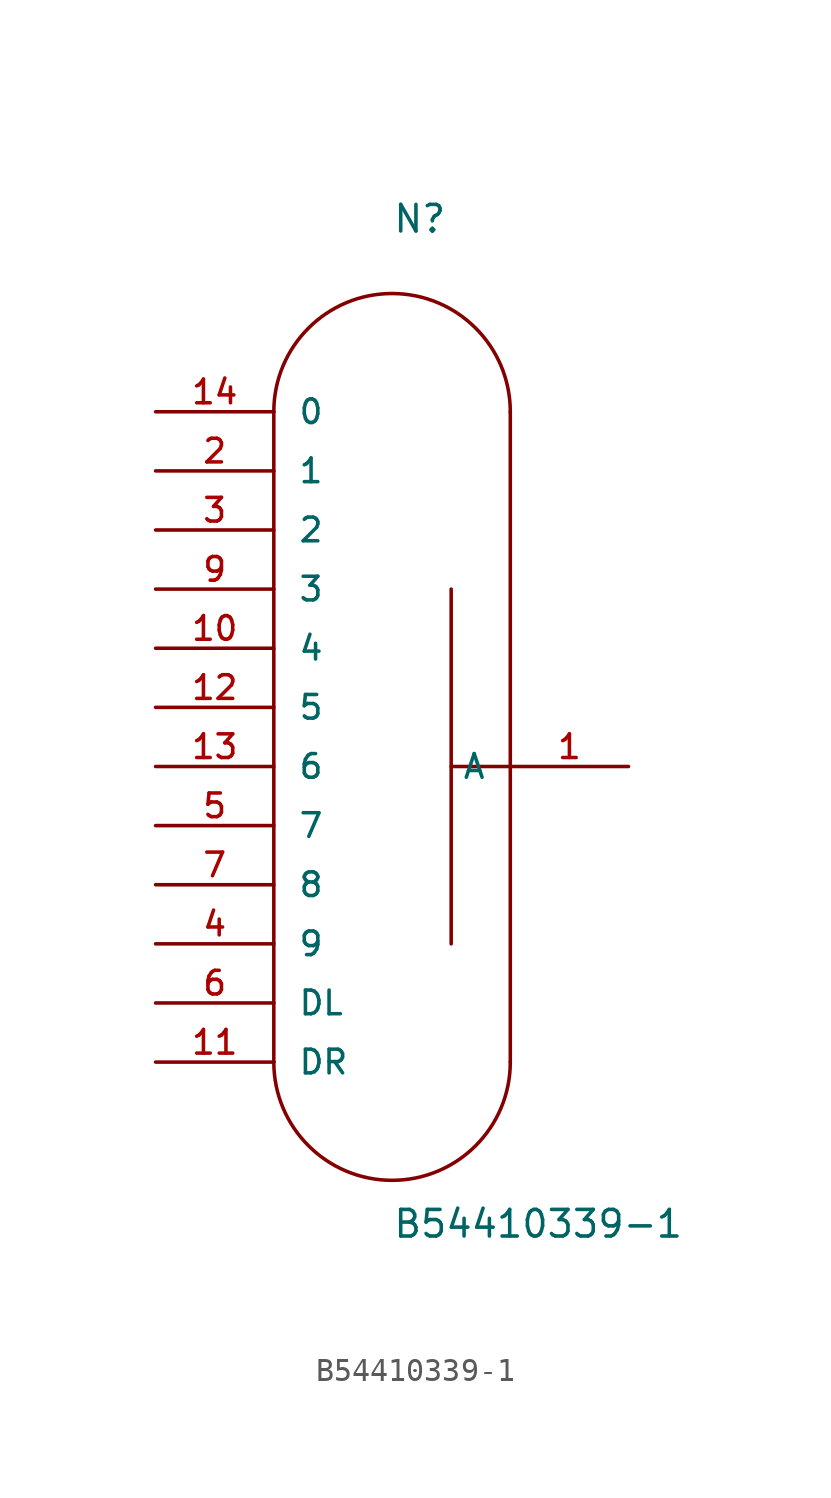
<source format=kicad_sym>
(kicad_symbol_lib
  (version 20220914)
  (generator kicad_symbol_editor)
  (symbol "B54410339-1"
    (pin_names
      (offset 1.016))
    (property "Reference" "N"
      (at 0 22.86 0)
      (effects (font (size 1.143 1.143)) (justify left bottom)))
    (property "Value" "B54410339-1"
      (at 0 -20.32 0)
      (effects (font (size 1.143 1.143)) (justify left bottom)))
    (property "ki_locked" ""
      (at 0 0 0)
      (effects (font (size 1.27 1.27))))
    (symbol "B54410339-1_1_0"
      (polyline (pts (xy -5.08 15.24) (xy -5.08 -12.7)) (stroke (width 0) (type solid)) (fill (type none)))
      (polyline (pts (xy 2.54 -7.62) (xy 2.54 7.62)) (stroke (width 0) (type solid)) (fill (type none)))
      (polyline (pts (xy 5.08 0) (xy 2.54 0)) (stroke (width 0) (type solid)) (fill (type none)))
      (polyline (pts (xy 5.08 15.24) (xy 5.08 -12.7)) (stroke (width 0) (type solid)) (fill (type none))))
    (symbol "B54410339-1_1_1"
      (arc (start -5.08 -12.7) (mid 0 -17.7579) (end 5.08 -12.7) (stroke (width 0) (type solid)) (fill (type none)))
      (arc (start 5.08 15.24) (mid 0 20.2979) (end -5.08 15.24) (stroke (width 0) (type solid)) (fill (type none)))
      (pin passive line (at 10.16 0 180) (length 5.08) (name "A" (effects (font (size 1.016 1.016)))) (number "1" (effects (font (size 1.016 1.016)))))
      (pin passive line (at -10.16 5.08 0) (length 5.08) (name "4" (effects (font (size 1.016 1.016)))) (number "10" (effects (font (size 1.016 1.016)))))
      (pin passive line (at -10.16 -12.7 0) (length 5.08) (name "DR" (effects (font (size 1.016 1.016)))) (number "11" (effects (font (size 1.016 1.016)))))
      (pin passive line (at -10.16 2.54 0) (length 5.08) (name "5" (effects (font (size 1.016 1.016)))) (number "12" (effects (font (size 1.016 1.016)))))
      (pin passive line (at -10.16 0 0) (length 5.08) (name "6" (effects (font (size 1.016 1.016)))) (number "13" (effects (font (size 1.016 1.016)))))
      (pin passive line (at -10.16 15.24 0) (length 5.08) (name "0" (effects (font (size 1.016 1.016)))) (number "14" (effects (font (size 1.016 1.016)))))
      (pin passive line (at -10.16 12.7 0) (length 5.08) (name "1" (effects (font (size 1.016 1.016)))) (number "2" (effects (font (size 1.016 1.016)))))
      (pin passive line (at -10.16 10.16 0) (length 5.08) (name "2" (effects (font (size 1.016 1.016)))) (number "3" (effects (font (size 1.016 1.016)))))
      (pin passive line (at -10.16 -7.62 0) (length 5.08) (name "9" (effects (font (size 1.016 1.016)))) (number "4" (effects (font (size 1.016 1.016)))))
      (pin passive line (at -10.16 -2.54 0) (length 5.08) (name "7" (effects (font (size 1.016 1.016)))) (number "5" (effects (font (size 1.016 1.016)))))
      (pin passive line (at -10.16 -10.16 0) (length 5.08) (name "DL" (effects (font (size 1.016 1.016)))) (number "6" (effects (font (size 1.016 1.016)))))
      (pin passive line (at -10.16 -5.08 0) (length 5.08) (name "8" (effects (font (size 1.016 1.016)))) (number "7" (effects (font (size 1.016 1.016)))))
      (pin passive line (at -10.16 7.62 0) (length 5.08) (name "3" (effects (font (size 1.016 1.016)))) (number "9" (effects (font (size 1.016 1.016))))))))
</source>
